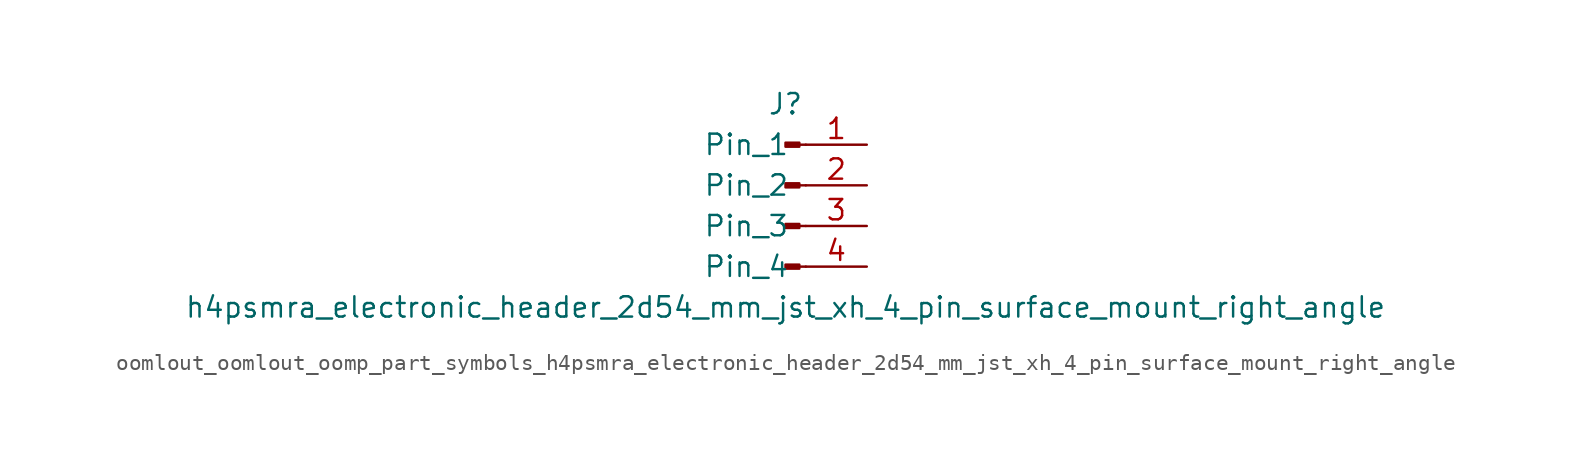
<source format=kicad_sym>
(kicad_symbol_lib
  (version 20220914)
  (generator kicad_symbol_editor)
  (symbol "oomlout_oomlout_oomp_part_symbols_h4psmra_electronic_header_2d54_mm_jst_xh_4_pin_surface_mount_right_angle"
    (pin_names
      (offset 1.016))
    (property "Reference" "J"
      (at 0 5.08 0)
      (effects (font (size 1.27 1.27))))
    (property "Value" "h4psmra_electronic_header_2d54_mm_jst_xh_4_pin_surface_mount_right_angle"
      (at 0 -7.62 0)
      (effects (font (size 1.27 1.27))))
    (property "ki_locked" ""
      (at 0 0 0)
      (effects (font (size 1.27 1.27))))
    (symbol "oomlout_oomlout_oomp_part_symbols_h4psmra_electronic_header_2d54_mm_jst_xh_4_pin_surface_mount_right_angle_1_1"
      (polyline (pts (xy 1.27 -5.08) (xy 0.864 -5.08)) (stroke (width 0.152) (type default)) (fill (type none)))
      (polyline (pts (xy 1.27 -2.54) (xy 0.864 -2.54)) (stroke (width 0.152) (type default)) (fill (type none)))
      (polyline (pts (xy 1.27 0) (xy 0.864 0)) (stroke (width 0.152) (type default)) (fill (type none)))
      (polyline (pts (xy 1.27 2.54) (xy 0.864 2.54)) (stroke (width 0.152) (type default)) (fill (type none)))
      (rectangle (start 0.864 -4.953) (end 0 -5.207) (stroke (width 0.152) (type default)) (fill (type outline)))
      (rectangle (start 0.864 -2.413) (end 0 -2.667) (stroke (width 0.152) (type default)) (fill (type outline)))
      (rectangle (start 0.864 0.127) (end 0 -0.127) (stroke (width 0.152) (type default)) (fill (type outline)))
      (rectangle (start 0.864 2.667) (end 0 2.413) (stroke (width 0.152) (type default)) (fill (type outline)))
      (pin passive line (at 5.08 2.54 180) (length 3.81) (name "Pin_1" (effects (font (size 1.27 1.27)))) (number "1" (effects (font (size 1.27 1.27)))))
      (pin passive line (at 5.08 0 180) (length 3.81) (name "Pin_2" (effects (font (size 1.27 1.27)))) (number "2" (effects (font (size 1.27 1.27)))))
      (pin passive line (at 5.08 -2.54 180) (length 3.81) (name "Pin_3" (effects (font (size 1.27 1.27)))) (number "3" (effects (font (size 1.27 1.27)))))
      (pin passive line (at 5.08 -5.08 180) (length 3.81) (name "Pin_4" (effects (font (size 1.27 1.27)))) (number "4" (effects (font (size 1.27 1.27))))))))
</source>
